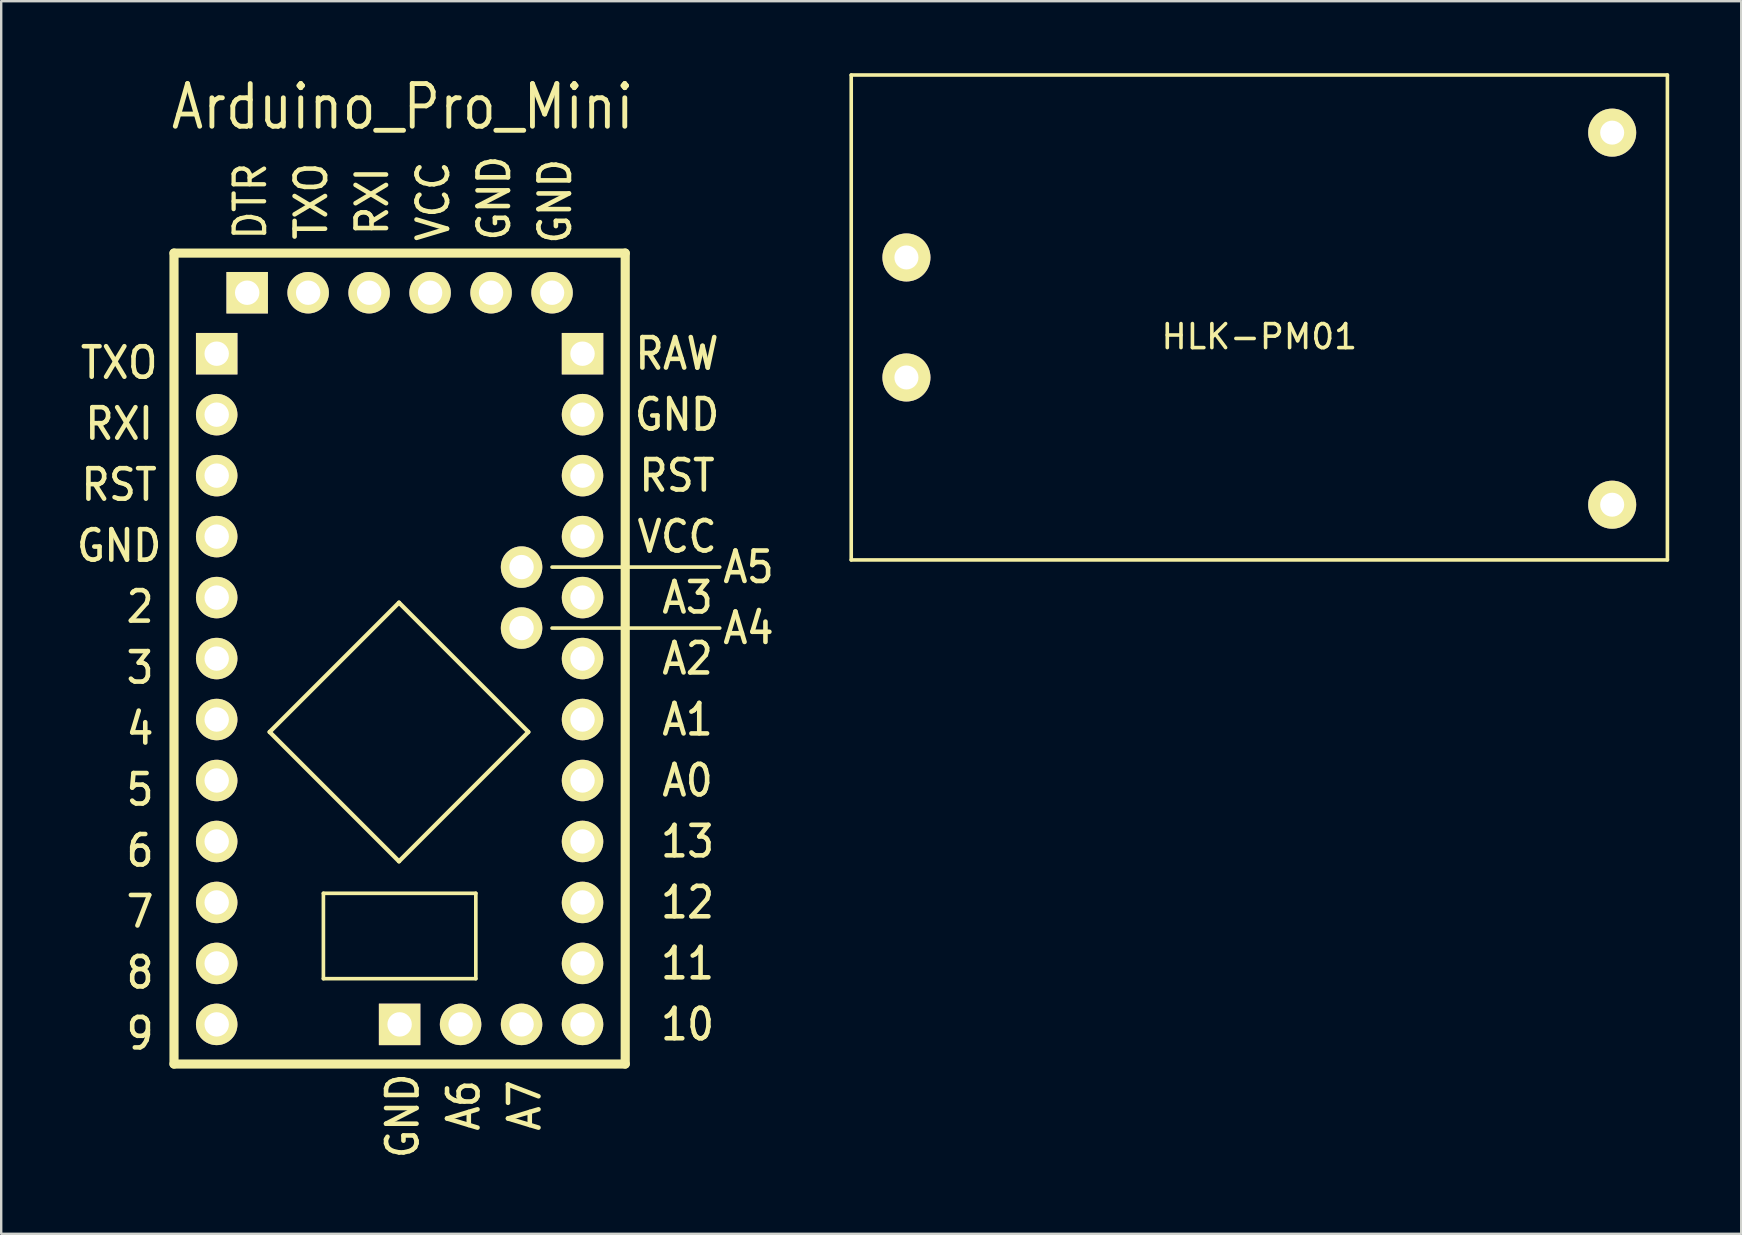
<source format=kicad_pcb>
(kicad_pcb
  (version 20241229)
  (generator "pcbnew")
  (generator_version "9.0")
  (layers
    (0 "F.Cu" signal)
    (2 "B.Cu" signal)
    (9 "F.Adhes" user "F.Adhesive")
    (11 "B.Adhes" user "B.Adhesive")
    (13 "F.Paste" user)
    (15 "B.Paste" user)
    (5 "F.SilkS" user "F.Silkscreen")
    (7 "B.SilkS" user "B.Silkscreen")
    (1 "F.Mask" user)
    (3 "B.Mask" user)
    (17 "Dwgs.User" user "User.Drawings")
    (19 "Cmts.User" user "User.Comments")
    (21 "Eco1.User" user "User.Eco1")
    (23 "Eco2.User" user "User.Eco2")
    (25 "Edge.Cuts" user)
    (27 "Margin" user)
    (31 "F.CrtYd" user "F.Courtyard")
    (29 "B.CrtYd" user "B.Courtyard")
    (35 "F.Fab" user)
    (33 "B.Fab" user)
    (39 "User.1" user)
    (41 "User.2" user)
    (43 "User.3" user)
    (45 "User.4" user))
  (footprint "HLK-PM01"
    (layer "F.Cu")
    (at 49.41 10.175)
    (property "Reference" "HLK-PM01" (at 0 0.8 0) (layer "F.SilkS") (effects (font (size 1 1) (thickness 0.15))))
    (attr through_hole)
    (fp_line (start -17 -10.1) (end -17 10.1) (stroke (width 0.15) (type solid)) (layer "F.SilkS"))
    (fp_line (start -17 10.1) (end 17 10.1) (stroke (width 0.15) (type solid)) (layer "F.SilkS"))
    (fp_line (start 17 -10.1) (end -17 -10.1) (stroke (width 0.15) (type solid)) (layer "F.SilkS"))
    (fp_line (start 17 10.1) (end 17 -10.1) (stroke (width 0.15) (type solid)) (layer "F.SilkS"))
    (pad "1" thru_hole circle (at -14.7 -2.5) (size 2 2) (drill 1) (layers "*.Cu" "*.Mask" "F.SilkS"))
    (pad "2" thru_hole circle (at -14.7 2.5) (size 2 2) (drill 1) (layers "*.Cu" "*.Mask" "F.SilkS"))
    (pad "3" thru_hole circle (at 14.7 -7.7) (size 2 2) (drill 1) (layers "*.Cu" "*.Mask" "F.SilkS"))
    (pad "4" thru_hole circle (at 14.7 7.8) (size 2 2) (drill 1) (layers "*.Cu" "*.Mask" "F.SilkS")))
  (footprint "Arduino_Pro_Mini"
    (layer "F.Cu")
    (at 13.597 24.384)
    (property "Reference" "Arduino_Pro_Mini" (at 0.127 -22.987 0) (layer "F.SilkS") (effects (font (size 1.778 1.524) (thickness 0.203))))
    (attr through_hole)
    (fp_line (start -9.398 -16.891) (end 9.398 -16.891) (stroke (width 0.381) (type solid)) (layer "F.SilkS"))
    (fp_line (start -9.398 16.891) (end -9.398 -16.891) (stroke (width 0.381) (type solid)) (layer "F.SilkS"))
    (fp_line (start -5.414 3.059) (end -0.026 -2.329) (stroke (width 0.178) (type solid)) (layer "F.SilkS"))
    (fp_line (start -5.414 3.059) (end -0.026 8.447) (stroke (width 0.178) (type solid)) (layer "F.SilkS"))
    (fp_line (start -3.175 9.779) (end -3.175 13.335) (stroke (width 0.152) (type solid)) (layer "F.SilkS"))
    (fp_line (start -3.175 13.335) (end 3.175 13.335) (stroke (width 0.152) (type solid)) (layer "F.SilkS"))
    (fp_line (start -0.026 -2.329) (end 5.362 3.059) (stroke (width 0.178) (type solid)) (layer "F.SilkS"))
    (fp_line (start -0.026 8.447) (end 5.362 3.059) (stroke (width 0.178) (type solid)) (layer "F.SilkS"))
    (fp_line (start 3.175 9.779) (end -3.175 9.779) (stroke (width 0.152) (type solid)) (layer "F.SilkS"))
    (fp_line (start 3.175 9.779) (end 3.175 13.335) (stroke (width 0.152) (type solid)) (layer "F.SilkS"))
    (fp_line (start 6.35 -3.81) (end 13.335 -3.81) (stroke (width 0.152) (type solid)) (layer "F.SilkS"))
    (fp_line (start 6.35 -1.27) (end 13.335 -1.27) (stroke (width 0.152) (type solid)) (layer "F.SilkS"))
    (fp_line (start 9.398 -16.891) (end 9.398 16.891) (stroke (width 0.381) (type solid)) (layer "F.SilkS"))
    (fp_line (start 9.398 16.891) (end -9.398 16.891) (stroke (width 0.381) (type solid)) (layer "F.SilkS"))
    (fp_text user "GND" (at 6.477 -19.05 90) (layer "F.SilkS") (effects (font (size 1.27 1.143) (thickness 0.191))))
    (fp_text user "GND" (at -11.684 -4.699 0) (layer "F.SilkS") (effects (font (size 1.27 1.143) (thickness 0.191))))
    (fp_text user "  4" (at -11.684 2.921 0) (layer "F.SilkS") (effects (font (size 1.27 1.143) (thickness 0.191))))
    (fp_text user "  8" (at -11.684 13.081 0) (layer "F.SilkS") (effects (font (size 1.27 1.143) (thickness 0.191))))
    (fp_text user "VCC" (at 1.397 -19.05 90) (layer "F.SilkS") (effects (font (size 1.27 1.143) (thickness 0.191))))
    (fp_text user " A6" (at 2.667 19.05 90) (layer "F.SilkS") (effects (font (size 1.27 1.143) (thickness 0.191))))
    (fp_text user "RXI" (at -1.143 -19.05 90) (layer "F.SilkS") (effects (font (size 1.27 1.143) (thickness 0.191))))
    (fp_text user "TXO" (at -11.684 -12.319 0) (layer "F.SilkS") (effects (font (size 1.27 1.143) (thickness 0.191))))
    (fp_text user "DTR" (at -6.223 -19.05 90) (layer "F.SilkS") (effects (font (size 1.27 1.143) (thickness 0.178))))
    (fp_text user "RST" (at 11.557 -7.62 0) (layer "F.SilkS") (effects (font (size 1.27 1.143) (thickness 0.191))))
    (fp_text user "VCC" (at 11.557 -5.08 0) (layer "F.SilkS") (effects (font (size 1.27 1.143) (thickness 0.191))))
    (fp_text user " A5" (at 14.097 -3.81 0) (layer "F.SilkS") (effects (font (size 1.27 1.143) (thickness 0.191))))
    (fp_text user " A4" (at 14.097 -1.27 0) (layer "F.SilkS") (effects (font (size 1.27 1.143) (thickness 0.191))))
    (fp_text user " A3" (at 11.557 -2.54 0) (layer "F.SilkS") (effects (font (size 1.27 1.143) (thickness 0.191))))
    (fp_text user " A0" (at 11.557 5.08 0) (layer "F.SilkS") (effects (font (size 1.27 1.143) (thickness 0.191))))
    (fp_text user "  5" (at -11.684 5.461 0) (layer "F.SilkS") (effects (font (size 1.27 1.143) (thickness 0.191))))
    (fp_text user "TXO" (at -3.683 -19.05 90) (layer "F.SilkS") (effects (font (size 1.27 1.143) (thickness 0.191))))
    (fp_text user " 13" (at 11.557 7.62 0) (layer "F.SilkS") (effects (font (size 1.27 1.143) (thickness 0.191))))
    (fp_text user " 12" (at 11.557 10.16 0) (layer "F.SilkS") (effects (font (size 1.27 1.143) (thickness 0.191))))
    (fp_text user "GND" (at 3.937 -19.177 90) (layer "F.SilkS") (effects (font (size 1.27 1.143) (thickness 0.191))))
    (fp_text user " A2" (at 11.557 0 0) (layer "F.SilkS") (effects (font (size 1.27 1.143) (thickness 0.191))))
    (fp_text user "GND" (at 11.557 -10.16 0) (layer "F.SilkS") (effects (font (size 1.27 1.143) (thickness 0.191))))
    (fp_text user "RXI" (at -11.684 -9.779 0) (layer "F.SilkS") (effects (font (size 1.27 1.143) (thickness 0.191))))
    (fp_text user " 11" (at 11.557 12.7 0) (layer "F.SilkS") (effects (font (size 1.27 1.143) (thickness 0.191))))
    (fp_text user "RST" (at -11.684 -7.239 0) (layer "F.SilkS") (effects (font (size 1.27 1.143) (thickness 0.191))))
    (fp_text user "GND" (at 0.127 19.05 90) (layer "F.SilkS") (effects (font (size 1.27 1.143) (thickness 0.191))))
    (fp_text user "RAW" (at 11.557 -12.7 0) (layer "F.SilkS") (effects (font (size 1.27 1.143) (thickness 0.191))))
    (fp_text user " A7" (at 5.207 19.05 90) (layer "F.SilkS") (effects (font (size 1.27 1.143) (thickness 0.191))))
    (fp_text user "  9" (at -11.684 15.621 0) (layer "F.SilkS") (effects (font (size 1.27 1.143) (thickness 0.191))))
    (fp_text user " A1" (at 11.557 2.54 0) (layer "F.SilkS") (effects (font (size 1.27 1.143) (thickness 0.191))))
    (fp_text user "  2" (at -11.684 -2.159 0) (layer "F.SilkS") (effects (font (size 1.27 1.143) (thickness 0.191))))
    (fp_text user "  3" (at -11.684 0.381 0) (layer "F.SilkS") (effects (font (size 1.27 1.143) (thickness 0.191))))
    (fp_text user " 10" (at 11.557 15.24 0) (layer "F.SilkS") (effects (font (size 1.27 1.143) (thickness 0.191))))
    (fp_text user "  7" (at -11.684 10.541 0) (layer "F.SilkS") (effects (font (size 1.27 1.143) (thickness 0.191))))
    (fp_text user "  6" (at -11.684 8.001 0) (layer "F.SilkS") (effects (font (size 1.27 1.143) (thickness 0.191))))
    (pad "1A" thru_hole rect (at 7.62 -12.7) (size 1.727 1.727) (drill 1.016) (layers "*.Cu" "*.Mask" "F.SilkS"))
    (pad "1B" thru_hole rect (at 0 15.24) (size 1.727 1.727) (drill 1.016) (layers "*.Cu" "*.Mask" "F.SilkS"))
    (pad "1C" thru_hole rect (at -6.35 -15.24) (size 1.727 1.727) (drill 1.016) (layers "*.Cu" "*.Mask" "F.SilkS"))
    (pad "1D" thru_hole rect (at -7.62 -12.7) (size 1.727 1.727) (drill 1.016) (layers "*.Cu" "*.Mask" "F.SilkS"))
    (pad "2A" thru_hole circle (at 7.62 -10.16) (size 1.727 1.727) (drill 1.016) (layers "*.Cu" "*.Mask" "F.SilkS"))
    (pad "2B" thru_hole circle (at 2.54 15.24) (size 1.727 1.727) (drill 1.016) (layers "*.Cu" "*.Mask" "F.SilkS"))
    (pad "2C" thru_hole circle (at -3.81 -15.24) (size 1.727 1.727) (drill 1.016) (layers "*.Cu" "*.Mask" "F.SilkS"))
    (pad "2D" thru_hole circle (at -7.62 -10.16) (size 1.727 1.727) (drill 1.016) (layers "*.Cu" "*.Mask" "F.SilkS"))
    (pad "3A" thru_hole circle (at 7.62 -7.62) (size 1.727 1.727) (drill 1.016) (layers "*.Cu" "*.Mask" "F.SilkS"))
    (pad "3B" thru_hole circle (at 5.08 15.24) (size 1.727 1.727) (drill 1.016) (layers "*.Cu" "*.Mask" "F.SilkS"))
    (pad "3C" thru_hole circle (at -1.27 -15.24) (size 1.727 1.727) (drill 1.016) (layers "*.Cu" "*.Mask" "F.SilkS"))
    (pad "3D" thru_hole circle (at -7.62 -7.62) (size 1.727 1.727) (drill 1.016) (layers "*.Cu" "*.Mask" "F.SilkS"))
    (pad "4A" thru_hole circle (at 7.62 -5.08) (size 1.727 1.727) (drill 1.016) (layers "*.Cu" "*.Mask" "F.SilkS"))
    (pad "4B" thru_hole circle (at 5.08 -1.27) (size 1.727 1.727) (drill 1.016) (layers "*.Cu" "*.Mask" "F.SilkS"))
    (pad "4C" thru_hole circle (at 1.27 -15.24) (size 1.727 1.727) (drill 1.016) (layers "*.Cu" "*.Mask" "F.SilkS"))
    (pad "4D" thru_hole circle (at -7.62 -5.08) (size 1.727 1.727) (drill 1.016) (layers "*.Cu" "*.Mask" "F.SilkS"))
    (pad "5A" thru_hole circle (at 7.62 -2.54) (size 1.727 1.727) (drill 1.016) (layers "*.Cu" "*.Mask" "F.SilkS"))
    (pad "5B" thru_hole circle (at 5.08 -3.81) (size 1.727 1.727) (drill 1.016) (layers "*.Cu" "*.Mask" "F.SilkS"))
    (pad "5C" thru_hole circle (at 3.81 -15.24) (size 1.727 1.727) (drill 1.016) (layers "*.Cu" "*.Mask" "F.SilkS"))
    (pad "5D" thru_hole circle (at -7.62 -2.54) (size 1.727 1.727) (drill 1.016) (layers "*.Cu" "*.Mask" "F.SilkS"))
    (pad "6A" thru_hole circle (at 7.62 0) (size 1.727 1.727) (drill 1.016) (layers "*.Cu" "*.Mask" "F.SilkS"))
    (pad "6C" thru_hole circle (at 6.35 -15.24) (size 1.727 1.727) (drill 1.016) (layers "*.Cu" "*.Mask" "F.SilkS"))
    (pad "6D" thru_hole circle (at -7.62 0) (size 1.727 1.727) (drill 1.016) (layers "*.Cu" "*.Mask" "F.SilkS"))
    (pad "7A" thru_hole circle (at 7.62 2.54) (size 1.727 1.727) (drill 1.016) (layers "*.Cu" "*.Mask" "F.SilkS"))
    (pad "7D" thru_hole circle (at -7.62 2.54) (size 1.727 1.727) (drill 1.016) (layers "*.Cu" "*.Mask" "F.SilkS"))
    (pad "8A" thru_hole circle (at 7.62 5.08) (size 1.727 1.727) (drill 1.016) (layers "*.Cu" "*.Mask" "F.SilkS"))
    (pad "8D" thru_hole circle (at -7.62 5.08) (size 1.727 1.727) (drill 1.016) (layers "*.Cu" "*.Mask" "F.SilkS"))
    (pad "9A" thru_hole circle (at 7.62 7.62) (size 1.727 1.727) (drill 1.016) (layers "*.Cu" "*.Mask" "F.SilkS"))
    (pad "9D" thru_hole circle (at -7.62 7.62) (size 1.727 1.727) (drill 1.016) (layers "*.Cu" "*.Mask" "F.SilkS"))
    (pad "10A" thru_hole circle (at 7.62 10.16) (size 1.727 1.727) (drill 1.016) (layers "*.Cu" "*.Mask" "F.SilkS"))
    (pad "10D" thru_hole circle (at -7.62 10.16) (size 1.727 1.727) (drill 1.016) (layers "*.Cu" "*.Mask" "F.SilkS"))
    (pad "11A" thru_hole circle (at 7.62 12.7) (size 1.727 1.727) (drill 1.016) (layers "*.Cu" "*.Mask" "F.SilkS"))
    (pad "11D" thru_hole circle (at -7.62 12.7) (size 1.727 1.727) (drill 1.016) (layers "*.Cu" "*.Mask" "F.SilkS"))
    (pad "12A" thru_hole circle (at 7.62 15.24) (size 1.727 1.727) (drill 1.016) (layers "*.Cu" "*.Mask" "F.SilkS"))
    (pad "12D" thru_hole circle (at -7.62 15.24) (size 1.727 1.727) (drill 1.016) (layers "*.Cu" "*.Mask" "F.SilkS")))
  (gr_rect
    (start -3 -3)
    (end 69.485 48.347)
    (stroke (width 0.1) (type default))
    (fill no)
    (layer "Edge.Cuts")))
</source>
